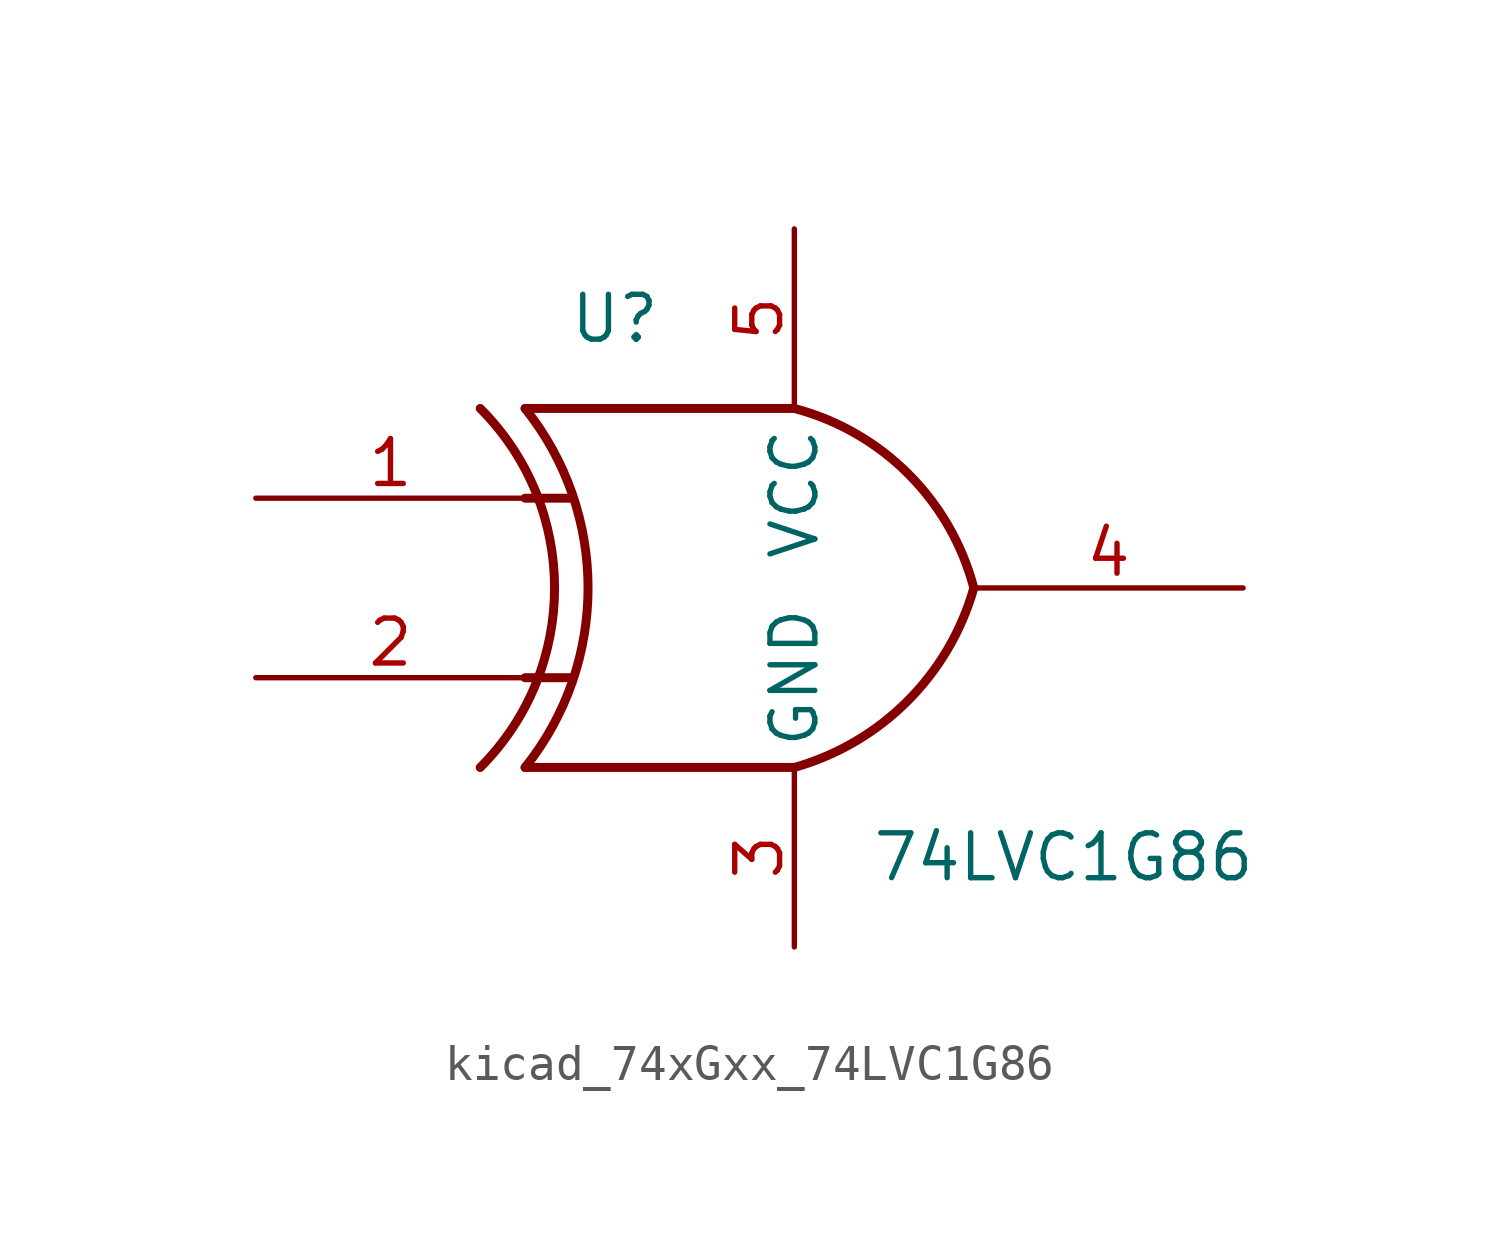
<source format=kicad_sym>
(kicad_symbol_lib
  (version 20220914)
  (generator kicad_symbol_editor)
  (symbol "kicad_74xGxx_74LVC1G86"
    (property "Reference" "U"
      (at -5.08 7.62 0)
      (effects (font (size 1.27 1.27))))
    (property "Value" "74LVC1G86"
      (at 7.62 -7.62 0)
      (effects (font (size 1.27 1.27))))
    (symbol "kicad_74xGxx_74LVC1G86_0_1"
      (arc (start -8.89 -5.08) (mid -6.7858 0) (end -8.89 5.08) (stroke (width 0.254) (type default)) (fill (type none)))
      (arc (start -7.62 -5.08) (mid -5.838 0) (end -7.62 5.08) (stroke (width 0.254) (type default)) (fill (type none)))
      (arc (start 0 -5.08) (mid 3.1986 -3.2054) (end 5.08 0) (stroke (width 0.254) (type default)) (fill (type none)))
      (polyline (pts (xy -7.62 -2.54) (xy -6.35 -2.54)) (stroke (width 0.254) (type default)) (fill (type background)))
      (polyline (pts (xy -7.62 2.54) (xy -6.35 2.54)) (stroke (width 0.254) (type default)) (fill (type background)))
      (polyline (pts (xy 0 -5.08) (xy -7.62 -5.08)) (stroke (width 0.254) (type default)) (fill (type background)))
      (polyline (pts (xy 0 5.08) (xy -7.62 5.08)) (stroke (width 0.254) (type default)) (fill (type background)))
      (arc (start 5.08 0) (mid 3.2238 3.2304) (end 0 5.08) (stroke (width 0.254) (type default)) (fill (type none))))
    (symbol "kicad_74xGxx_74LVC1G86_1_1"
      (pin input line (at -15.24 2.54 0) (length 7.62) (name "~" (effects (font (size 1.27 1.27)))) (number "1" (effects (font (size 1.27 1.27)))))
      (pin input line (at -15.24 -2.54 0) (length 7.62) (name "~" (effects (font (size 1.27 1.27)))) (number "2" (effects (font (size 1.27 1.27)))))
      (pin power_in line (at 0 -10.16 90) (length 5.08) (name "GND" (effects (font (size 1.27 1.27)))) (number "3" (effects (font (size 1.27 1.27)))))
      (pin output line (at 12.7 0 180) (length 7.62) (name "~" (effects (font (size 1.27 1.27)))) (number "4" (effects (font (size 1.27 1.27)))))
      (pin power_in line (at 0 10.16 270) (length 5.08) (name "VCC" (effects (font (size 1.27 1.27)))) (number "5" (effects (font (size 1.27 1.27))))))))
</source>
